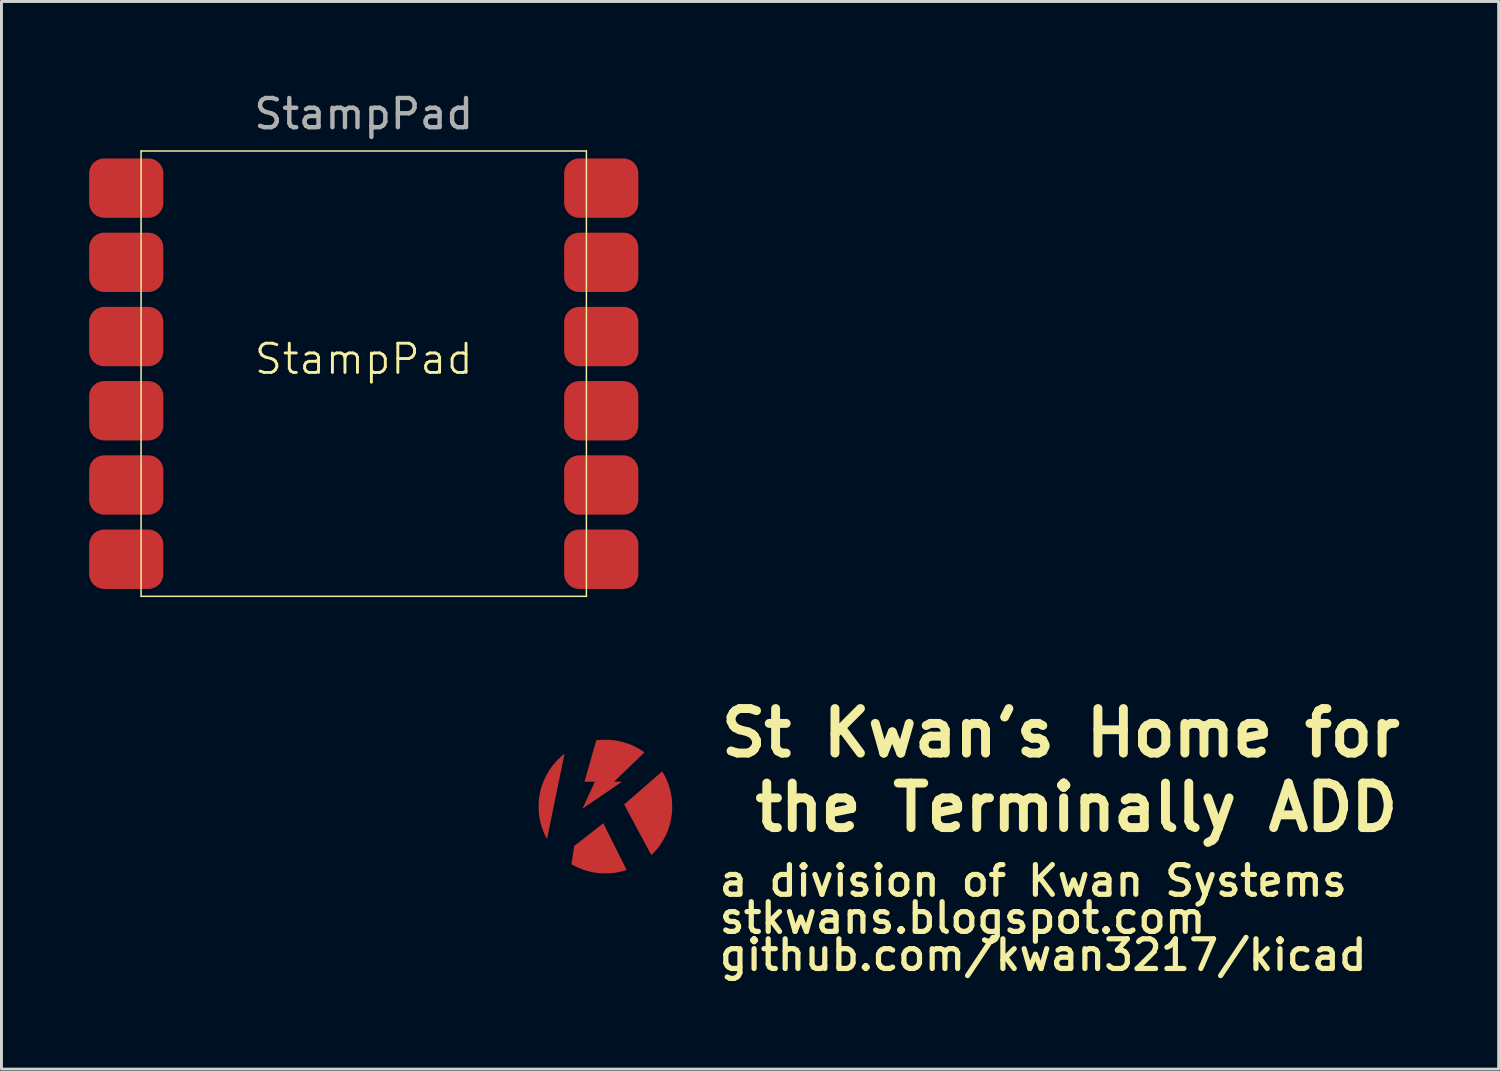
<source format=kicad_pcb>
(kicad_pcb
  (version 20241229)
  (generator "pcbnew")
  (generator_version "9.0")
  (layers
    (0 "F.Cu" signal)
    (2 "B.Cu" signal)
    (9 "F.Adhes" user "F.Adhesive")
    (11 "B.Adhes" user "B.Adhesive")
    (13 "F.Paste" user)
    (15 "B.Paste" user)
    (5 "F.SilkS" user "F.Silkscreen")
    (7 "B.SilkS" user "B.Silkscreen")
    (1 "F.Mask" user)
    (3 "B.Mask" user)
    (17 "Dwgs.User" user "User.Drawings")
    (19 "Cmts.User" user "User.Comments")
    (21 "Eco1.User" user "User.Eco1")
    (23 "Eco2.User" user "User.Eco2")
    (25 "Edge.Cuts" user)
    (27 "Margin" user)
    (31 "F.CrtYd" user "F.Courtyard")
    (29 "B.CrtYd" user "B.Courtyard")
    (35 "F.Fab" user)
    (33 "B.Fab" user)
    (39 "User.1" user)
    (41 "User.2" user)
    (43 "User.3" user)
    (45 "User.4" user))
  (footprint "StampPad"
    (layer "F.Cu")
    (at 9.398 9.738)
    (property "Reference" "StampPad" (at 0 -0.5 0) (unlocked yes) (layer "F.SilkS") (effects (font (size 1 1) (thickness 0.1))))
    (attr smd)
    (fp_line (start -7.62 -7.62) (end -7.62 7.62) (stroke (width 0.05) (type default)) (layer "F.SilkS"))
    (fp_line (start -7.62 7.62) (end 7.62 7.62) (stroke (width 0.05) (type default)) (layer "F.SilkS"))
    (fp_line (start 7.62 -7.62) (end -7.62 -7.62) (stroke (width 0.05) (type default)) (layer "F.SilkS"))
    (fp_line (start 7.62 7.62) (end 7.62 -7.62) (stroke (width 0.05) (type default)) (layer "F.SilkS"))
    (fp_text user "${REFERENCE}" (at 0 -8.89 0) (unlocked yes) (layer "F.Fab") (effects (font (size 1 1) (thickness 0.15))))
    (fp_text user "~{CS}" (at -6.35 3.81 0) (unlocked yes) (layer "User.1") (effects (font (size 1 1) (thickness 0.1)) (justify left)))
    (fp_text user "3V3" (at -6.35 -6.35 0) (unlocked yes) (layer "User.1") (effects (font (size 1 1) (thickness 0.1)) (justify left)))
    (fp_text user "MOSI" (at -6.35 -1.27 0) (unlocked yes) (layer "User.1") (effects (font (size 1 1) (thickness 0.1)) (justify left)))
    (fp_text user "SDA" (at 6.35 -1.27 0) (unlocked yes) (layer "User.1") (effects (font (size 1 1) (thickness 0.1)) (justify right)))
    (fp_text user "3V3" (at 6.35 -6.35 0) (unlocked yes) (layer "User.1") (effects (font (size 1 1) (thickness 0.1)) (justify right)))
    (fp_text user "SCK" (at -6.35 1.27 0) (unlocked yes) (layer "User.1") (effects (font (size 1 1) (thickness 0.1)) (justify left)))
    (fp_text user "GND" (at 6.35 6.35 0) (unlocked yes) (layer "User.1") (effects (font (size 1 1) (thickness 0.1)) (justify right)))
    (fp_text user "SCL" (at 6.35 -3.81 0) (unlocked yes) (layer "User.1") (effects (font (size 1 1) (thickness 0.1)) (justify right)))
    (fp_text user "MISO" (at -6.35 -3.81 0) (unlocked yes) (layer "User.1") (effects (font (size 1 1) (thickness 0.1)) (justify left)))
    (fp_text user "GND" (at -6.35 6.35 0) (unlocked yes) (layer "User.1") (effects (font (size 1 1) (thickness 0.1)) (justify left)))
    (fp_text user "X1" (at 6.35 1.27 0) (unlocked yes) (layer "User.1") (effects (font (size 1 1) (thickness 0.1)) (justify right)))
    (fp_text user "X2" (at 6.35 3.81 0) (unlocked yes) (layer "User.1") (effects (font (size 1 1) (thickness 0.1)) (justify right)))
    (pad "1" smd roundrect (at -8.128 -6.35) (size 2.54 2.032) (layers "F.Cu" "F.Mask" "F.Paste") (roundrect_rratio 0.25))
    (pad "2" smd roundrect (at -8.128 -3.81) (size 2.54 2.032) (layers "F.Cu" "F.Mask" "F.Paste") (roundrect_rratio 0.25))
    (pad "3" smd roundrect (at -8.128 -1.27) (size 2.54 2.032) (layers "F.Cu" "F.Mask" "F.Paste") (roundrect_rratio 0.25))
    (pad "4" smd roundrect (at -8.128 1.27) (size 2.54 2.032) (layers "F.Cu" "F.Mask" "F.Paste") (roundrect_rratio 0.25))
    (pad "5" smd roundrect (at -8.128 3.81) (size 2.54 2.032) (layers "F.Cu" "F.Mask" "F.Paste") (roundrect_rratio 0.25))
    (pad "6" smd roundrect (at -8.128 6.35) (size 2.54 2.032) (layers "F.Cu" "F.Mask" "F.Paste") (roundrect_rratio 0.25))
    (pad "7" smd roundrect (at 8.128 6.35) (size 2.54 2.032) (layers "F.Cu" "F.Mask" "F.Paste") (roundrect_rratio 0.25))
    (pad "8" smd roundrect (at 8.128 3.81) (size 2.54 2.032) (layers "F.Cu" "F.Mask" "F.Paste") (roundrect_rratio 0.25))
    (pad "9" smd roundrect (at 8.128 1.27) (size 2.54 2.032) (layers "F.Cu" "F.Mask" "F.Paste") (roundrect_rratio 0.25))
    (pad "10" smd roundrect (at 8.128 -1.27) (size 2.54 2.032) (layers "F.Cu" "F.Mask" "F.Paste") (roundrect_rratio 0.25))
    (pad "11" smd roundrect (at 8.128 -3.81) (size 2.54 2.032) (layers "F.Cu" "F.Mask" "F.Paste") (roundrect_rratio 0.25))
    (pad "12" smd roundrect (at 8.128 -6.35) (size 2.54 2.032) (layers "F.Cu" "F.Mask" "F.Paste") (roundrect_rratio 0.25)))
  (footprint "StKwansSoldermask_0.6"
    (layer "F.Cu")
    (at 17.668 24.553)
    (property "Reference" "StKwansSoldermask_0.6" (at -3.683 -2.743 0) (layer "F.Mask") (effects (font (size 1.524 1.524) (thickness 0.305))))
    (attr through_hole)
    (fp_poly (pts (xy 0.181 -2.281) (xy 0.328 -2.265) (xy 0.471 -2.239) (xy 0.612 -2.205) (xy 0.749 -2.163) (xy 0.883 -2.112) (xy 1.013 -2.052) (xy 1.141 -1.984) (xy 1.265 -1.907) (xy 1.338 -1.854) (xy 0.295 -0.852) (xy 0.57 -0.852) (xy -0.786 0.072) (xy -0.36 -0.852) (xy -0.716 -0.852) (xy -0.312 -2.268) (xy -0.233 -2.276) (xy -0.109 -2.284) (xy 0.02 -2.287)) (stroke (width 0) (type solid)) (fill yes) (layer "F.Cu"))
    (fp_poly (pts (xy 0.727 2.167) (xy 0.708 2.176) (xy 0.672 2.187) (xy 0.631 2.199) (xy 0.508 2.231) (xy 0.381 2.256) (xy 0.249 2.274) (xy 0.197 2.28) (xy 0.074 2.285) (xy 0.024 2.285) (xy -0.026 2.285) (xy -0.076 2.285) (xy -0.203 2.279) (xy -0.348 2.262) (xy -0.49 2.235) (xy -0.629 2.2) (xy -0.765 2.157) (xy -0.899 2.104) (xy -0.996 2.06) (xy -1.102 2.006) (xy -1.161 1.973) (xy -1.068 1.35) (xy -0.072 0.57)) (stroke (width 0) (type solid)) (fill yes) (layer "F.Cu"))
    (fp_poly (pts (xy -1.998 1.11) (xy -2.042 1.033) (xy -2.101 0.906) (xy -2.14 0.812) (xy -2.185 0.683) (xy -2.221 0.554) (xy -2.249 0.424) (xy -2.269 0.292) (xy -2.281 0.156) (xy -2.286 0.017) (xy -2.286 0) (xy -2.282 -0.165) (xy -2.267 -0.313) (xy -2.243 -0.455) (xy -2.216 -0.574) (xy -2.183 -0.688) (xy -2.144 -0.8) (xy -2.099 -0.911) (xy -2.053 -1.008) (xy -1.996 -1.117) (xy -1.936 -1.219) (xy -1.872 -1.316) (xy -1.803 -1.409) (xy -1.727 -1.499) (xy -1.644 -1.589) (xy -1.561 -1.67) (xy -1.481 -1.743) (xy -1.398 -1.812)) (stroke (width 0) (type solid)) (fill yes) (layer "F.Cu"))
    (fp_poly (pts (xy 2.002 -1.107) (xy 2.051 -1.015) (xy 2.11 -0.886) (xy 2.161 -0.754) (xy 2.204 -0.617) (xy 2.238 -0.477) (xy 2.264 -0.332) (xy 2.275 -0.251) (xy 2.278 -0.223) (xy 2.28 -0.187) (xy 2.282 -0.145) (xy 2.284 -0.099) (xy 2.285 -0.051) (xy 2.285 -0.003) (xy 2.286 0.045) (xy 2.285 0.089) (xy 2.284 0.128) (xy 2.283 0.162) (xy 2.282 0.169) (xy 2.266 0.314) (xy 2.242 0.457) (xy 2.209 0.597) (xy 2.168 0.734) (xy 2.117 0.868) (xy 2.059 0.998) (xy 1.992 1.125) (xy 1.917 1.248) (xy 1.834 1.368) (xy 1.751 1.472) (xy 1.675 1.557) (xy 1.572 1.662) (xy 0.642 -0.072) (xy 1.944 -1.206)) (stroke (width 0) (type solid)) (fill yes) (layer "F.Cu"))
    (fp_poly (pts (xy 0.181 -2.281) (xy 0.327 -2.265) (xy 0.471 -2.239) (xy 0.611 -2.205) (xy 0.748 -2.163) (xy 0.882 -2.112) (xy 1.013 -2.052) (xy 1.14 -1.984) (xy 1.265 -1.907) (xy 1.338 -1.854) (xy 0.295 -0.852) (xy 0.57 -0.852) (xy -0.786 0.072) (xy -0.36 -0.852) (xy -0.717 -0.852) (xy -0.312 -2.268) (xy -0.234 -2.276) (xy -0.109 -2.284) (xy 0.02 -2.287)) (stroke (width 0) (type solid)) (fill yes) (layer "F.Mask"))
    (fp_poly (pts (xy 0.727 2.167) (xy 0.708 2.176) (xy 0.672 2.187) (xy 0.631 2.199) (xy 0.508 2.231) (xy 0.381 2.256) (xy 0.249 2.274) (xy 0.197 2.28) (xy 0.074 2.285) (xy 0.024 2.285) (xy -0.026 2.285) (xy -0.076 2.285) (xy -0.203 2.279) (xy -0.348 2.262) (xy -0.49 2.235) (xy -0.629 2.2) (xy -0.765 2.157) (xy -0.899 2.104) (xy -0.996 2.06) (xy -1.102 2.006) (xy -1.161 1.973) (xy -1.068 1.35) (xy -0.072 0.57)) (stroke (width 0) (type solid)) (fill yes) (layer "F.Mask"))
    (fp_poly (pts (xy -1.998 1.11) (xy -2.042 1.033) (xy -2.101 0.906) (xy -2.14 0.812) (xy -2.185 0.683) (xy -2.221 0.554) (xy -2.249 0.424) (xy -2.269 0.292) (xy -2.281 0.156) (xy -2.286 0.017) (xy -2.286 0) (xy -2.282 -0.165) (xy -2.267 -0.313) (xy -2.243 -0.455) (xy -2.216 -0.574) (xy -2.183 -0.688) (xy -2.144 -0.8) (xy -2.099 -0.911) (xy -2.053 -1.008) (xy -1.996 -1.117) (xy -1.936 -1.219) (xy -1.872 -1.316) (xy -1.803 -1.409) (xy -1.727 -1.499) (xy -1.644 -1.589) (xy -1.561 -1.67) (xy -1.481 -1.743) (xy -1.398 -1.812)) (stroke (width 0) (type solid)) (fill yes) (layer "F.Mask"))
    (fp_poly (pts (xy 2.002 -1.107) (xy 2.051 -1.015) (xy 2.11 -0.886) (xy 2.161 -0.754) (xy 2.204 -0.617) (xy 2.238 -0.477) (xy 2.264 -0.332) (xy 2.275 -0.251) (xy 2.278 -0.223) (xy 2.28 -0.187) (xy 2.282 -0.145) (xy 2.284 -0.099) (xy 2.285 -0.051) (xy 2.285 -0.003) (xy 2.286 0.045) (xy 2.285 0.089) (xy 2.284 0.128) (xy 2.283 0.162) (xy 2.282 0.169) (xy 2.266 0.314) (xy 2.242 0.457) (xy 2.209 0.597) (xy 2.168 0.734) (xy 2.117 0.868) (xy 2.059 0.998) (xy 1.992 1.125) (xy 1.917 1.248) (xy 1.834 1.368) (xy 1.751 1.472) (xy 1.675 1.557) (xy 1.572 1.662) (xy 0.642 -0.072) (xy 1.944 -1.206)) (stroke (width 0) (type solid)) (fill yes) (layer "F.Mask"))
    (fp_text user "St Kwan's Home for" (at 3.81 -2.52 0) (unlocked yes) (layer "F.SilkS") (effects (font (size 1.524 1.524) (thickness 0.305)) (justify left)))
    (fp_text user "the Terminally ADD" (at 4.96 0.03 0) (unlocked yes) (layer "F.SilkS") (effects (font (size 1.524 1.524) (thickness 0.305)) (justify left)))
    (fp_text user "stkwans.blogspot.com" (at 3.81 3.81 0) (unlocked yes) (layer "F.SilkS") (effects (font (size 1.016 1.016) (thickness 0.178)) (justify left)))
    (fp_text user "github.com/kwan3217/kicad" (at 3.81 5.08 0) (unlocked yes) (layer "F.SilkS") (effects (font (size 1.016 1.016) (thickness 0.178)) (justify left)))
    (fp_text user "a division of Kwan Systems" (at 3.81 2.54 0) (unlocked yes) (layer "F.SilkS") (effects (font (size 1.016 1.016) (thickness 0.178)) (justify left))))
  (gr_rect
    (start -3 -3)
    (end 48.237 33.539)
    (stroke (width 0.1) (type default))
    (fill no)
    (layer "Edge.Cuts")))
</source>
